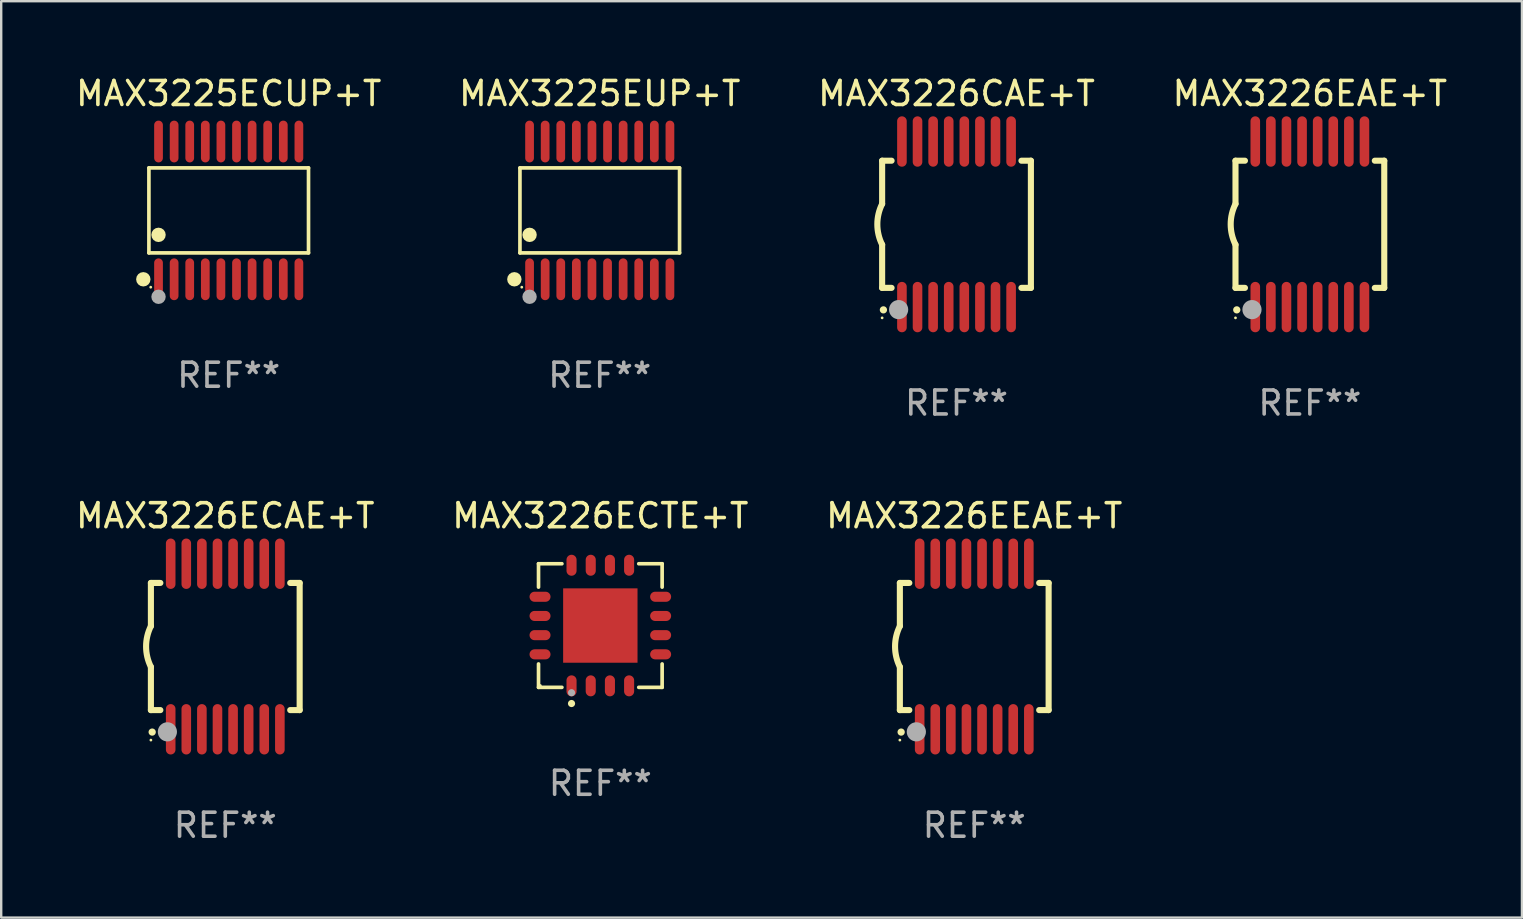
<source format=kicad_pcb>
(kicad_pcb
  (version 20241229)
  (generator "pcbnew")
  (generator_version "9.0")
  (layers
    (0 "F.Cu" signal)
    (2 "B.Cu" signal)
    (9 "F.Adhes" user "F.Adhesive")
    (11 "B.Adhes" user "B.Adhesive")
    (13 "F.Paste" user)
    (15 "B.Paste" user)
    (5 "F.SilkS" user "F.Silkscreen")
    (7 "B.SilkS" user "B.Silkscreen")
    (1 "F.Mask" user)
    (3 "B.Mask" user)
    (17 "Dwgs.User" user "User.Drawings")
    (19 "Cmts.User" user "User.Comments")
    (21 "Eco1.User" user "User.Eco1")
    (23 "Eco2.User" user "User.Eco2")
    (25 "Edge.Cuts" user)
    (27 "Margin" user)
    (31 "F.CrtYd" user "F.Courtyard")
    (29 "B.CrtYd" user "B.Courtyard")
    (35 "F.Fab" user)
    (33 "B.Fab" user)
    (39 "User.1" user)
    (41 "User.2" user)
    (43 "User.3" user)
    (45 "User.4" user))
  (footprint "MAX3225ECUP+T"
    (layer "F.Cu")
    (at 6.482 5.719)
    (property "Reference" "MAX3225ECUP+T" (at 0 -4.871 0) (layer "F.SilkS") (effects (font (size 1 1) (thickness 0.15))))
    (attr through_hole)
    (fp_line (start -3.326 -1.771) (end 3.326 -1.771) (stroke (width 0.152) (type solid)) (layer "F.SilkS"))
    (fp_line (start -3.326 1.771) (end -3.326 -1.771) (stroke (width 0.152) (type solid)) (layer "F.SilkS"))
    (fp_line (start 3.326 -1.771) (end 3.326 1.771) (stroke (width 0.152) (type solid)) (layer "F.SilkS"))
    (fp_line (start 3.326 1.771) (end -3.326 1.771) (stroke (width 0.152) (type solid)) (layer "F.SilkS"))
    (fp_circle (center -3.559 2.871) (end -3.409 2.871) (stroke (width 0.3) (type solid)) (fill no) (layer "F.SilkS"))
    (fp_circle (center -3.25 3.2) (end -3.22 3.2) (stroke (width 0.06) (type solid)) (fill no) (layer "F.SilkS"))
    (fp_circle (center -2.925 1.019) (end -2.775 1.019) (stroke (width 0.3) (type solid)) (fill no) (layer "F.SilkS"))
    (fp_circle (center -2.925 3.6) (end -2.775 3.6) (stroke (width 0.3) (type solid)) (fill no) (layer "F.Fab"))
    (fp_text user "REF**" (at 0 6.871 0) (layer "F.Fab") (effects (font (size 1 1) (thickness 0.15))))
    (pad "1" smd oval (at -2.925 2.871) (size 0.364 1.742) (layers "F.Cu" "F.Mask" "F.Paste"))
    (pad "2" smd oval (at -2.275 2.871) (size 0.364 1.742) (layers "F.Cu" "F.Mask" "F.Paste"))
    (pad "3" smd oval (at -1.625 2.871) (size 0.364 1.742) (layers "F.Cu" "F.Mask" "F.Paste"))
    (pad "4" smd oval (at -0.975 2.871) (size 0.364 1.742) (layers "F.Cu" "F.Mask" "F.Paste"))
    (pad "5" smd oval (at -0.325 2.871) (size 0.364 1.742) (layers "F.Cu" "F.Mask" "F.Paste"))
    (pad "6" smd oval (at 0.325 2.871) (size 0.364 1.742) (layers "F.Cu" "F.Mask" "F.Paste"))
    (pad "7" smd oval (at 0.975 2.871) (size 0.364 1.742) (layers "F.Cu" "F.Mask" "F.Paste"))
    (pad "8" smd oval (at 1.625 2.871) (size 0.364 1.742) (layers "F.Cu" "F.Mask" "F.Paste"))
    (pad "9" smd oval (at 2.275 2.871) (size 0.364 1.742) (layers "F.Cu" "F.Mask" "F.Paste"))
    (pad "10" smd oval (at 2.925 2.871) (size 0.364 1.742) (layers "F.Cu" "F.Mask" "F.Paste"))
    (pad "11" smd oval (at 2.925 -2.871) (size 0.364 1.742) (layers "F.Cu" "F.Mask" "F.Paste"))
    (pad "12" smd oval (at 2.275 -2.871) (size 0.364 1.742) (layers "F.Cu" "F.Mask" "F.Paste"))
    (pad "13" smd oval (at 1.625 -2.871) (size 0.364 1.742) (layers "F.Cu" "F.Mask" "F.Paste"))
    (pad "14" smd oval (at 0.975 -2.871) (size 0.364 1.742) (layers "F.Cu" "F.Mask" "F.Paste"))
    (pad "15" smd oval (at 0.325 -2.871) (size 0.364 1.742) (layers "F.Cu" "F.Mask" "F.Paste"))
    (pad "16" smd oval (at -0.325 -2.871) (size 0.364 1.742) (layers "F.Cu" "F.Mask" "F.Paste"))
    (pad "17" smd oval (at -0.975 -2.871) (size 0.364 1.742) (layers "F.Cu" "F.Mask" "F.Paste"))
    (pad "18" smd oval (at -1.625 -2.871) (size 0.364 1.742) (layers "F.Cu" "F.Mask" "F.Paste"))
    (pad "19" smd oval (at -2.275 -2.871) (size 0.364 1.742) (layers "F.Cu" "F.Mask" "F.Paste"))
    (pad "20" smd oval (at -2.925 -2.871) (size 0.364 1.742) (layers "F.Cu" "F.Mask" "F.Paste")))
  (footprint "MAX3226ECTE+T"
    (layer "F.Cu")
    (at 21.97 23.021)
    (property "Reference" "MAX3226ECTE+T" (at 0 -4.576 0) (layer "F.SilkS") (effects (font (size 1 1) (thickness 0.15))))
    (attr through_hole)
    (fp_line (start -2.576 -2.576) (end -1.601 -2.576) (stroke (width 0.152) (type solid)) (layer "F.SilkS"))
    (fp_line (start -2.576 -1.601) (end -2.576 -2.576) (stroke (width 0.152) (type solid)) (layer "F.SilkS"))
    (fp_line (start -2.576 1.601) (end -2.576 2.576) (stroke (width 0.152) (type solid)) (layer "F.SilkS"))
    (fp_line (start -2.576 2.576) (end -1.601 2.576) (stroke (width 0.152) (type solid)) (layer "F.SilkS"))
    (fp_line (start 2.576 -2.576) (end 1.601 -2.576) (stroke (width 0.152) (type solid)) (layer "F.SilkS"))
    (fp_line (start 2.576 -1.601) (end 2.576 -2.576) (stroke (width 0.152) (type solid)) (layer "F.SilkS"))
    (fp_line (start 2.576 1.601) (end 2.576 2.576) (stroke (width 0.152) (type solid)) (layer "F.SilkS"))
    (fp_line (start 2.576 2.576) (end 1.601 2.576) (stroke (width 0.152) (type solid)) (layer "F.SilkS"))
    (fp_circle (center -2.5 2.5) (end -2.47 2.5) (stroke (width 0.06) (type solid)) (fill no) (layer "F.SilkS"))
    (fp_circle (center -1.2 3.25) (end -1.125 3.25) (stroke (width 0.15) (type solid)) (fill no) (layer "F.SilkS"))
    (fp_circle (center -1.2 2.8) (end -1.125 2.8) (stroke (width 0.15) (type solid)) (fill no) (layer "F.Fab"))
    (fp_text user "REF**" (at 0 6.576 0) (layer "F.Fab") (effects (font (size 1 1) (thickness 0.15))))
    (pad "1" smd oval (at -1.2 2.513) (size 0.42 0.875) (layers "F.Cu" "F.Mask" "F.Paste"))
    (pad "2" smd oval (at -0.4 2.513) (size 0.42 0.875) (layers "F.Cu" "F.Mask" "F.Paste"))
    (pad "3" smd oval (at 0.4 2.513) (size 0.42 0.875) (layers "F.Cu" "F.Mask" "F.Paste"))
    (pad "4" smd oval (at 1.2 2.513) (size 0.42 0.875) (layers "F.Cu" "F.Mask" "F.Paste"))
    (pad "5" smd oval (at 2.513 1.2) (size 0.875 0.42) (layers "F.Cu" "F.Mask" "F.Paste"))
    (pad "6" smd oval (at 2.513 0.4) (size 0.875 0.42) (layers "F.Cu" "F.Mask" "F.Paste"))
    (pad "7" smd oval (at 2.513 -0.4) (size 0.875 0.42) (layers "F.Cu" "F.Mask" "F.Paste"))
    (pad "8" smd oval (at 2.513 -1.2) (size 0.875 0.42) (layers "F.Cu" "F.Mask" "F.Paste"))
    (pad "9" smd oval (at 1.2 -2.513) (size 0.42 0.875) (layers "F.Cu" "F.Mask" "F.Paste"))
    (pad "10" smd oval (at 0.4 -2.513) (size 0.42 0.875) (layers "F.Cu" "F.Mask" "F.Paste"))
    (pad "11" smd oval (at -0.4 -2.513) (size 0.42 0.875) (layers "F.Cu" "F.Mask" "F.Paste"))
    (pad "12" smd oval (at -1.2 -2.513) (size 0.42 0.875) (layers "F.Cu" "F.Mask" "F.Paste"))
    (pad "13" smd oval (at -2.513 -1.2) (size 0.875 0.42) (layers "F.Cu" "F.Mask" "F.Paste"))
    (pad "14" smd oval (at -2.513 -0.4) (size 0.875 0.42) (layers "F.Cu" "F.Mask" "F.Paste"))
    (pad "15" smd oval (at -2.513 0.4) (size 0.875 0.42) (layers "F.Cu" "F.Mask" "F.Paste"))
    (pad "16" smd oval (at -2.513 1.2) (size 0.875 0.42) (layers "F.Cu" "F.Mask" "F.Paste"))
    (pad "17" smd rect (at 0 0) (size 3.1 3.1) (layers "F.Cu" "F.Mask" "F.Paste")))
  (footprint "MAX3226CAE+T"
    (layer "F.Cu")
    (at 36.815 6.298)
    (property "Reference" "MAX3226CAE+T" (at 0 -5.45 0) (layer "F.SilkS") (effects (font (size 1 1) (thickness 0.15))))
    (attr through_hole)
    (fp_line (start -3.1 -2.65) (end -3.1 -0.85) (stroke (width 0.254) (type solid)) (layer "F.SilkS"))
    (fp_line (start -3.1 -2.65) (end -2.706 -2.65) (stroke (width 0.254) (type solid)) (layer "F.SilkS"))
    (fp_line (start -3.1 2.65) (end -3.1 0.85) (stroke (width 0.254) (type solid)) (layer "F.SilkS"))
    (fp_line (start -3.1 2.65) (end -2.706 2.65) (stroke (width 0.254) (type solid)) (layer "F.SilkS"))
    (fp_line (start 2.706 -2.65) (end 3.1 -2.65) (stroke (width 0.254) (type solid)) (layer "F.SilkS"))
    (fp_line (start 2.706 2.65) (end 3.1 2.65) (stroke (width 0.254) (type solid)) (layer "F.SilkS"))
    (fp_line (start 3.1 -2.65) (end 3.1 2.65) (stroke (width 0.254) (type solid)) (layer "F.SilkS"))
    (fp_arc (start -3.098907 0.850902) (mid -3.300057 0.000523) (end -3.1 -0.850114) (stroke (width 0.254001) (type solid)) (layer "F.SilkS"))
    (fp_arc (start -3.048006 3.566066) (mid -3.046736 3.566061) (end -3.045466 3.566066) (stroke (width 0.3) (type solid)) (layer "F.SilkS"))
    (fp_circle (center -3.1 3.9) (end -3.07 3.9) (stroke (width 0.06) (type solid)) (fill no) (layer "F.SilkS"))
    (fp_circle (center -2.413 3.556) (end -2.213 3.556) (stroke (width 0.4) (type solid)) (fill no) (layer "F.Fab"))
    (fp_text user "REF**" (at 0 7.45 0) (layer "F.Fab") (effects (font (size 1 1) (thickness 0.15))))
    (pad "1" smd oval (at -2.275 3.45 180) (size 0.4 2.1) (layers "F.Cu" "F.Mask" "F.Paste"))
    (pad "2" smd oval (at -1.625 3.45 180) (size 0.4 2.1) (layers "F.Cu" "F.Mask" "F.Paste"))
    (pad "3" smd oval (at -0.975 3.45 180) (size 0.4 2.1) (layers "F.Cu" "F.Mask" "F.Paste"))
    (pad "4" smd oval (at -0.325 3.45 180) (size 0.4 2.1) (layers "F.Cu" "F.Mask" "F.Paste"))
    (pad "5" smd oval (at 0.325 3.45 180) (size 0.4 2.1) (layers "F.Cu" "F.Mask" "F.Paste"))
    (pad "6" smd oval (at 0.975 3.45 180) (size 0.4 2.1) (layers "F.Cu" "F.Mask" "F.Paste"))
    (pad "7" smd oval (at 1.625 3.45 180) (size 0.4 2.1) (layers "F.Cu" "F.Mask" "F.Paste"))
    (pad "8" smd oval (at 2.275 3.45 180) (size 0.4 2.1) (layers "F.Cu" "F.Mask" "F.Paste"))
    (pad "9" smd oval (at 2.275 -3.45 180) (size 0.4 2.1) (layers "F.Cu" "F.Mask" "F.Paste"))
    (pad "10" smd oval (at 1.625 -3.45 180) (size 0.4 2.1) (layers "F.Cu" "F.Mask" "F.Paste"))
    (pad "11" smd oval (at 0.975 -3.45 180) (size 0.4 2.1) (layers "F.Cu" "F.Mask" "F.Paste"))
    (pad "12" smd oval (at 0.325 -3.45 180) (size 0.4 2.1) (layers "F.Cu" "F.Mask" "F.Paste"))
    (pad "13" smd oval (at -0.325 -3.45 180) (size 0.4 2.1) (layers "F.Cu" "F.Mask" "F.Paste"))
    (pad "14" smd oval (at -0.975 -3.45 180) (size 0.4 2.1) (layers "F.Cu" "F.Mask" "F.Paste"))
    (pad "15" smd oval (at -1.625 -3.45 180) (size 0.4 2.1) (layers "F.Cu" "F.Mask" "F.Paste"))
    (pad "16" smd oval (at -2.275 -3.45 180) (size 0.4 2.1) (layers "F.Cu" "F.Mask" "F.Paste")))
  (footprint "MAX3226EEAE+T"
    (layer "F.Cu")
    (at 37.554 23.895)
    (property "Reference" "MAX3226EEAE+T" (at 0 -5.45 0) (layer "F.SilkS") (effects (font (size 1 1) (thickness 0.15))))
    (attr through_hole)
    (fp_line (start -3.1 -2.65) (end -3.1 -0.85) (stroke (width 0.254) (type solid)) (layer "F.SilkS"))
    (fp_line (start -3.1 -2.65) (end -2.706 -2.65) (stroke (width 0.254) (type solid)) (layer "F.SilkS"))
    (fp_line (start -3.1 2.65) (end -3.1 0.85) (stroke (width 0.254) (type solid)) (layer "F.SilkS"))
    (fp_line (start -3.1 2.65) (end -2.706 2.65) (stroke (width 0.254) (type solid)) (layer "F.SilkS"))
    (fp_line (start 2.706 -2.65) (end 3.1 -2.65) (stroke (width 0.254) (type solid)) (layer "F.SilkS"))
    (fp_line (start 2.706 2.65) (end 3.1 2.65) (stroke (width 0.254) (type solid)) (layer "F.SilkS"))
    (fp_line (start 3.1 -2.65) (end 3.1 2.65) (stroke (width 0.254) (type solid)) (layer "F.SilkS"))
    (fp_arc (start -3.098907 0.850902) (mid -3.300057 0.000523) (end -3.1 -0.850114) (stroke (width 0.254001) (type solid)) (layer "F.SilkS"))
    (fp_arc (start -3.048006 3.566066) (mid -3.046736 3.566061) (end -3.045466 3.566066) (stroke (width 0.3) (type solid)) (layer "F.SilkS"))
    (fp_circle (center -3.1 3.9) (end -3.07 3.9) (stroke (width 0.06) (type solid)) (fill no) (layer "F.SilkS"))
    (fp_circle (center -2.413 3.556) (end -2.213 3.556) (stroke (width 0.4) (type solid)) (fill no) (layer "F.Fab"))
    (fp_text user "REF**" (at 0 7.45 0) (layer "F.Fab") (effects (font (size 1 1) (thickness 0.15))))
    (pad "1" smd oval (at -2.275 3.45 180) (size 0.4 2.1) (layers "F.Cu" "F.Mask" "F.Paste"))
    (pad "2" smd oval (at -1.625 3.45 180) (size 0.4 2.1) (layers "F.Cu" "F.Mask" "F.Paste"))
    (pad "3" smd oval (at -0.975 3.45 180) (size 0.4 2.1) (layers "F.Cu" "F.Mask" "F.Paste"))
    (pad "4" smd oval (at -0.325 3.45 180) (size 0.4 2.1) (layers "F.Cu" "F.Mask" "F.Paste"))
    (pad "5" smd oval (at 0.325 3.45 180) (size 0.4 2.1) (layers "F.Cu" "F.Mask" "F.Paste"))
    (pad "6" smd oval (at 0.975 3.45 180) (size 0.4 2.1) (layers "F.Cu" "F.Mask" "F.Paste"))
    (pad "7" smd oval (at 1.625 3.45 180) (size 0.4 2.1) (layers "F.Cu" "F.Mask" "F.Paste"))
    (pad "8" smd oval (at 2.275 3.45 180) (size 0.4 2.1) (layers "F.Cu" "F.Mask" "F.Paste"))
    (pad "9" smd oval (at 2.275 -3.45 180) (size 0.4 2.1) (layers "F.Cu" "F.Mask" "F.Paste"))
    (pad "10" smd oval (at 1.625 -3.45 180) (size 0.4 2.1) (layers "F.Cu" "F.Mask" "F.Paste"))
    (pad "11" smd oval (at 0.975 -3.45 180) (size 0.4 2.1) (layers "F.Cu" "F.Mask" "F.Paste"))
    (pad "12" smd oval (at 0.325 -3.45 180) (size 0.4 2.1) (layers "F.Cu" "F.Mask" "F.Paste"))
    (pad "13" smd oval (at -0.325 -3.45 180) (size 0.4 2.1) (layers "F.Cu" "F.Mask" "F.Paste"))
    (pad "14" smd oval (at -0.975 -3.45 180) (size 0.4 2.1) (layers "F.Cu" "F.Mask" "F.Paste"))
    (pad "15" smd oval (at -1.625 -3.45 180) (size 0.4 2.1) (layers "F.Cu" "F.Mask" "F.Paste"))
    (pad "16" smd oval (at -2.275 -3.45 180) (size 0.4 2.1) (layers "F.Cu" "F.Mask" "F.Paste")))
  (footprint "MAX3225EUP+T"
    (layer "F.Cu")
    (at 21.946 5.719)
    (property "Reference" "MAX3225EUP+T" (at 0 -4.871 0) (layer "F.SilkS") (effects (font (size 1 1) (thickness 0.15))))
    (attr through_hole)
    (fp_line (start -3.326 -1.771) (end 3.326 -1.771) (stroke (width 0.152) (type solid)) (layer "F.SilkS"))
    (fp_line (start -3.326 1.771) (end -3.326 -1.771) (stroke (width 0.152) (type solid)) (layer "F.SilkS"))
    (fp_line (start 3.326 -1.771) (end 3.326 1.771) (stroke (width 0.152) (type solid)) (layer "F.SilkS"))
    (fp_line (start 3.326 1.771) (end -3.326 1.771) (stroke (width 0.152) (type solid)) (layer "F.SilkS"))
    (fp_circle (center -3.559 2.871) (end -3.409 2.871) (stroke (width 0.3) (type solid)) (fill no) (layer "F.SilkS"))
    (fp_circle (center -3.25 3.2) (end -3.22 3.2) (stroke (width 0.06) (type solid)) (fill no) (layer "F.SilkS"))
    (fp_circle (center -2.925 1.019) (end -2.775 1.019) (stroke (width 0.3) (type solid)) (fill no) (layer "F.SilkS"))
    (fp_circle (center -2.925 3.6) (end -2.775 3.6) (stroke (width 0.3) (type solid)) (fill no) (layer "F.Fab"))
    (fp_text user "REF**" (at 0 6.871 0) (layer "F.Fab") (effects (font (size 1 1) (thickness 0.15))))
    (pad "1" smd oval (at -2.925 2.871) (size 0.364 1.742) (layers "F.Cu" "F.Mask" "F.Paste"))
    (pad "2" smd oval (at -2.275 2.871) (size 0.364 1.742) (layers "F.Cu" "F.Mask" "F.Paste"))
    (pad "3" smd oval (at -1.625 2.871) (size 0.364 1.742) (layers "F.Cu" "F.Mask" "F.Paste"))
    (pad "4" smd oval (at -0.975 2.871) (size 0.364 1.742) (layers "F.Cu" "F.Mask" "F.Paste"))
    (pad "5" smd oval (at -0.325 2.871) (size 0.364 1.742) (layers "F.Cu" "F.Mask" "F.Paste"))
    (pad "6" smd oval (at 0.325 2.871) (size 0.364 1.742) (layers "F.Cu" "F.Mask" "F.Paste"))
    (pad "7" smd oval (at 0.975 2.871) (size 0.364 1.742) (layers "F.Cu" "F.Mask" "F.Paste"))
    (pad "8" smd oval (at 1.625 2.871) (size 0.364 1.742) (layers "F.Cu" "F.Mask" "F.Paste"))
    (pad "9" smd oval (at 2.275 2.871) (size 0.364 1.742) (layers "F.Cu" "F.Mask" "F.Paste"))
    (pad "10" smd oval (at 2.925 2.871) (size 0.364 1.742) (layers "F.Cu" "F.Mask" "F.Paste"))
    (pad "11" smd oval (at 2.925 -2.871) (size 0.364 1.742) (layers "F.Cu" "F.Mask" "F.Paste"))
    (pad "12" smd oval (at 2.275 -2.871) (size 0.364 1.742) (layers "F.Cu" "F.Mask" "F.Paste"))
    (pad "13" smd oval (at 1.625 -2.871) (size 0.364 1.742) (layers "F.Cu" "F.Mask" "F.Paste"))
    (pad "14" smd oval (at 0.975 -2.871) (size 0.364 1.742) (layers "F.Cu" "F.Mask" "F.Paste"))
    (pad "15" smd oval (at 0.325 -2.871) (size 0.364 1.742) (layers "F.Cu" "F.Mask" "F.Paste"))
    (pad "16" smd oval (at -0.325 -2.871) (size 0.364 1.742) (layers "F.Cu" "F.Mask" "F.Paste"))
    (pad "17" smd oval (at -0.975 -2.871) (size 0.364 1.742) (layers "F.Cu" "F.Mask" "F.Paste"))
    (pad "18" smd oval (at -1.625 -2.871) (size 0.364 1.742) (layers "F.Cu" "F.Mask" "F.Paste"))
    (pad "19" smd oval (at -2.275 -2.871) (size 0.364 1.742) (layers "F.Cu" "F.Mask" "F.Paste"))
    (pad "20" smd oval (at -2.925 -2.871) (size 0.364 1.742) (layers "F.Cu" "F.Mask" "F.Paste")))
  (footprint "MAX3226EAE+T"
    (layer "F.Cu")
    (at 51.542 6.298)
    (property "Reference" "MAX3226EAE+T" (at 0 -5.45 0) (layer "F.SilkS") (effects (font (size 1 1) (thickness 0.15))))
    (attr through_hole)
    (fp_line (start -3.1 -2.65) (end -3.1 -0.85) (stroke (width 0.254) (type solid)) (layer "F.SilkS"))
    (fp_line (start -3.1 -2.65) (end -2.706 -2.65) (stroke (width 0.254) (type solid)) (layer "F.SilkS"))
    (fp_line (start -3.1 2.65) (end -3.1 0.85) (stroke (width 0.254) (type solid)) (layer "F.SilkS"))
    (fp_line (start -3.1 2.65) (end -2.706 2.65) (stroke (width 0.254) (type solid)) (layer "F.SilkS"))
    (fp_line (start 2.706 -2.65) (end 3.1 -2.65) (stroke (width 0.254) (type solid)) (layer "F.SilkS"))
    (fp_line (start 2.706 2.65) (end 3.1 2.65) (stroke (width 0.254) (type solid)) (layer "F.SilkS"))
    (fp_line (start 3.1 -2.65) (end 3.1 2.65) (stroke (width 0.254) (type solid)) (layer "F.SilkS"))
    (fp_arc (start -3.098907 0.850902) (mid -3.300057 0.000523) (end -3.1 -0.850114) (stroke (width 0.254001) (type solid)) (layer "F.SilkS"))
    (fp_arc (start -3.048006 3.566066) (mid -3.046736 3.566061) (end -3.045466 3.566066) (stroke (width 0.3) (type solid)) (layer "F.SilkS"))
    (fp_circle (center -3.1 3.9) (end -3.07 3.9) (stroke (width 0.06) (type solid)) (fill no) (layer "F.SilkS"))
    (fp_circle (center -2.413 3.556) (end -2.213 3.556) (stroke (width 0.4) (type solid)) (fill no) (layer "F.Fab"))
    (fp_text user "REF**" (at 0 7.45 0) (layer "F.Fab") (effects (font (size 1 1) (thickness 0.15))))
    (pad "1" smd oval (at -2.275 3.45 180) (size 0.4 2.1) (layers "F.Cu" "F.Mask" "F.Paste"))
    (pad "2" smd oval (at -1.625 3.45 180) (size 0.4 2.1) (layers "F.Cu" "F.Mask" "F.Paste"))
    (pad "3" smd oval (at -0.975 3.45 180) (size 0.4 2.1) (layers "F.Cu" "F.Mask" "F.Paste"))
    (pad "4" smd oval (at -0.325 3.45 180) (size 0.4 2.1) (layers "F.Cu" "F.Mask" "F.Paste"))
    (pad "5" smd oval (at 0.325 3.45 180) (size 0.4 2.1) (layers "F.Cu" "F.Mask" "F.Paste"))
    (pad "6" smd oval (at 0.975 3.45 180) (size 0.4 2.1) (layers "F.Cu" "F.Mask" "F.Paste"))
    (pad "7" smd oval (at 1.625 3.45 180) (size 0.4 2.1) (layers "F.Cu" "F.Mask" "F.Paste"))
    (pad "8" smd oval (at 2.275 3.45 180) (size 0.4 2.1) (layers "F.Cu" "F.Mask" "F.Paste"))
    (pad "9" smd oval (at 2.275 -3.45 180) (size 0.4 2.1) (layers "F.Cu" "F.Mask" "F.Paste"))
    (pad "10" smd oval (at 1.625 -3.45 180) (size 0.4 2.1) (layers "F.Cu" "F.Mask" "F.Paste"))
    (pad "11" smd oval (at 0.975 -3.45 180) (size 0.4 2.1) (layers "F.Cu" "F.Mask" "F.Paste"))
    (pad "12" smd oval (at 0.325 -3.45 180) (size 0.4 2.1) (layers "F.Cu" "F.Mask" "F.Paste"))
    (pad "13" smd oval (at -0.325 -3.45 180) (size 0.4 2.1) (layers "F.Cu" "F.Mask" "F.Paste"))
    (pad "14" smd oval (at -0.975 -3.45 180) (size 0.4 2.1) (layers "F.Cu" "F.Mask" "F.Paste"))
    (pad "15" smd oval (at -1.625 -3.45 180) (size 0.4 2.1) (layers "F.Cu" "F.Mask" "F.Paste"))
    (pad "16" smd oval (at -2.275 -3.45 180) (size 0.4 2.1) (layers "F.Cu" "F.Mask" "F.Paste")))
  (footprint "MAX3226ECAE+T"
    (layer "F.Cu")
    (at 6.339 23.895)
    (property "Reference" "MAX3226ECAE+T" (at 0 -5.45 0) (layer "F.SilkS") (effects (font (size 1 1) (thickness 0.15))))
    (attr through_hole)
    (fp_line (start -3.1 -2.65) (end -3.1 -0.85) (stroke (width 0.254) (type solid)) (layer "F.SilkS"))
    (fp_line (start -3.1 -2.65) (end -2.706 -2.65) (stroke (width 0.254) (type solid)) (layer "F.SilkS"))
    (fp_line (start -3.1 2.65) (end -3.1 0.85) (stroke (width 0.254) (type solid)) (layer "F.SilkS"))
    (fp_line (start -3.1 2.65) (end -2.706 2.65) (stroke (width 0.254) (type solid)) (layer "F.SilkS"))
    (fp_line (start 2.706 -2.65) (end 3.1 -2.65) (stroke (width 0.254) (type solid)) (layer "F.SilkS"))
    (fp_line (start 2.706 2.65) (end 3.1 2.65) (stroke (width 0.254) (type solid)) (layer "F.SilkS"))
    (fp_line (start 3.1 -2.65) (end 3.1 2.65) (stroke (width 0.254) (type solid)) (layer "F.SilkS"))
    (fp_arc (start -3.098907 0.850902) (mid -3.300057 0.000523) (end -3.1 -0.850114) (stroke (width 0.254001) (type solid)) (layer "F.SilkS"))
    (fp_arc (start -3.048006 3.566066) (mid -3.046736 3.566061) (end -3.045466 3.566066) (stroke (width 0.3) (type solid)) (layer "F.SilkS"))
    (fp_circle (center -3.1 3.9) (end -3.07 3.9) (stroke (width 0.06) (type solid)) (fill no) (layer "F.SilkS"))
    (fp_circle (center -2.413 3.556) (end -2.213 3.556) (stroke (width 0.4) (type solid)) (fill no) (layer "F.Fab"))
    (fp_text user "REF**" (at 0 7.45 0) (layer "F.Fab") (effects (font (size 1 1) (thickness 0.15))))
    (pad "1" smd oval (at -2.275 3.45 180) (size 0.4 2.1) (layers "F.Cu" "F.Mask" "F.Paste"))
    (pad "2" smd oval (at -1.625 3.45 180) (size 0.4 2.1) (layers "F.Cu" "F.Mask" "F.Paste"))
    (pad "3" smd oval (at -0.975 3.45 180) (size 0.4 2.1) (layers "F.Cu" "F.Mask" "F.Paste"))
    (pad "4" smd oval (at -0.325 3.45 180) (size 0.4 2.1) (layers "F.Cu" "F.Mask" "F.Paste"))
    (pad "5" smd oval (at 0.325 3.45 180) (size 0.4 2.1) (layers "F.Cu" "F.Mask" "F.Paste"))
    (pad "6" smd oval (at 0.975 3.45 180) (size 0.4 2.1) (layers "F.Cu" "F.Mask" "F.Paste"))
    (pad "7" smd oval (at 1.625 3.45 180) (size 0.4 2.1) (layers "F.Cu" "F.Mask" "F.Paste"))
    (pad "8" smd oval (at 2.275 3.45 180) (size 0.4 2.1) (layers "F.Cu" "F.Mask" "F.Paste"))
    (pad "9" smd oval (at 2.275 -3.45 180) (size 0.4 2.1) (layers "F.Cu" "F.Mask" "F.Paste"))
    (pad "10" smd oval (at 1.625 -3.45 180) (size 0.4 2.1) (layers "F.Cu" "F.Mask" "F.Paste"))
    (pad "11" smd oval (at 0.975 -3.45 180) (size 0.4 2.1) (layers "F.Cu" "F.Mask" "F.Paste"))
    (pad "12" smd oval (at 0.325 -3.45 180) (size 0.4 2.1) (layers "F.Cu" "F.Mask" "F.Paste"))
    (pad "13" smd oval (at -0.325 -3.45 180) (size 0.4 2.1) (layers "F.Cu" "F.Mask" "F.Paste"))
    (pad "14" smd oval (at -0.975 -3.45 180) (size 0.4 2.1) (layers "F.Cu" "F.Mask" "F.Paste"))
    (pad "15" smd oval (at -1.625 -3.45 180) (size 0.4 2.1) (layers "F.Cu" "F.Mask" "F.Paste"))
    (pad "16" smd oval (at -2.275 -3.45 180) (size 0.4 2.1) (layers "F.Cu" "F.Mask" "F.Paste")))
  (gr_rect
    (start -3 -3)
    (end 60.381 35.193)
    (stroke (width 0.1) (type default))
    (fill no)
    (layer "Edge.Cuts")))
</source>
